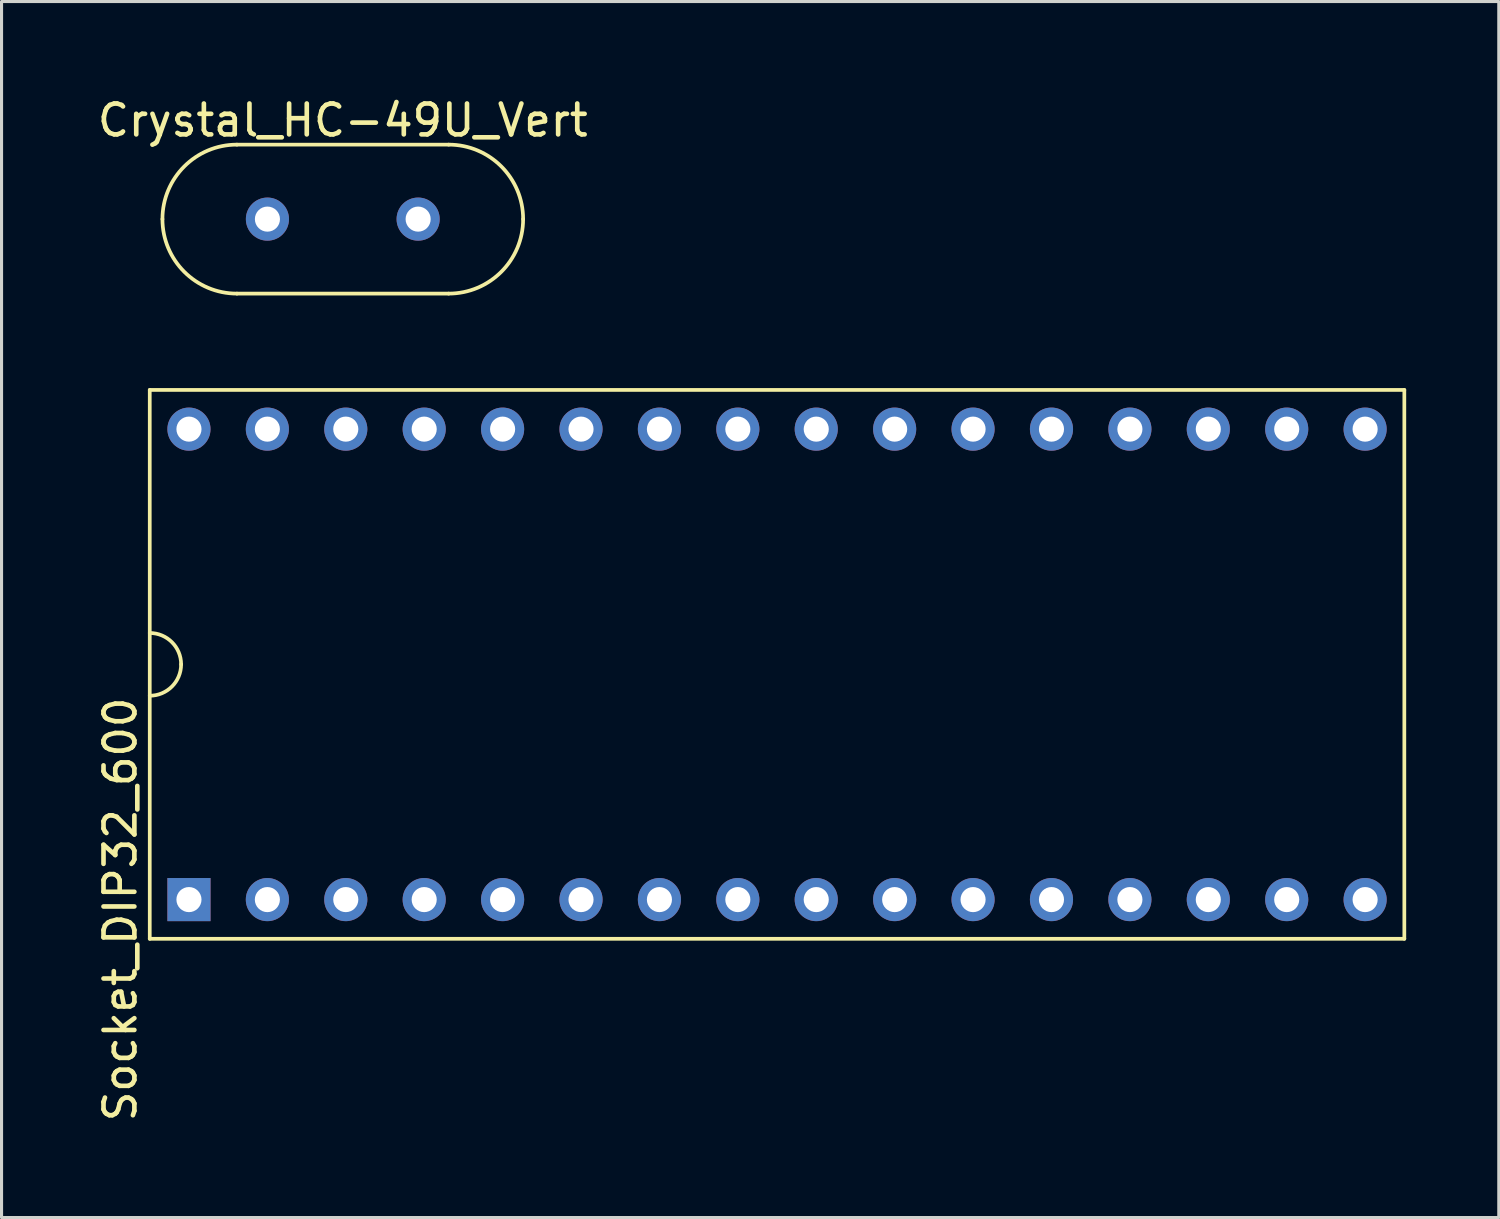
<source format=kicad_pcb>
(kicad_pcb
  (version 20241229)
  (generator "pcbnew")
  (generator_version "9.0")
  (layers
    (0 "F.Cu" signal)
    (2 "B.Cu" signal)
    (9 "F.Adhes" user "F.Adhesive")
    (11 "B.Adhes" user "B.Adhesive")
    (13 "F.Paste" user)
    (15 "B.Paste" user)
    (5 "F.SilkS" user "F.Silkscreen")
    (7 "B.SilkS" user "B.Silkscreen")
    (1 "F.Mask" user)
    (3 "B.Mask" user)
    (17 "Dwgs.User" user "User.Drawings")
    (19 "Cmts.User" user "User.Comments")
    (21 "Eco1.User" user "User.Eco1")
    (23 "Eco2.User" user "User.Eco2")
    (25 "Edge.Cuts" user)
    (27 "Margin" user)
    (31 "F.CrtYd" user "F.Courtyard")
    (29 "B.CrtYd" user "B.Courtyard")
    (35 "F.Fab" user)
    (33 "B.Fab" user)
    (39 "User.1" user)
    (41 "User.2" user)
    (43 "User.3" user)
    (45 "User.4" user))
  (footprint "Socket_DIP32_600"
    (layer "F.Cu")
    (at 22.121 18.471)
    (property "Reference" "Socket_DIP32_600" (at -21.273 7.938 270) (layer "F.SilkS") (effects (font (size 1 1) (thickness 0.15))))
    (attr through_hole)
    (fp_line (start -20.32 -8.89) (end 20.32 -8.89) (stroke (width 0.12) (type solid)) (layer "F.SilkS"))
    (fp_line (start -20.32 8.89) (end -20.32 -8.89) (stroke (width 0.12) (type solid)) (layer "F.SilkS"))
    (fp_line (start 20.32 -8.89) (end 20.32 8.89) (stroke (width 0.12) (type solid)) (layer "F.SilkS"))
    (fp_line (start 20.32 8.89) (end -20.32 8.89) (stroke (width 0.12) (type solid)) (layer "F.SilkS"))
    (fp_arc (start -20.32 -1.016) (mid -19.60158 -0.71842) (end -19.304 0) (stroke (width 0.12) (type solid)) (layer "F.SilkS"))
    (fp_arc (start -19.304 0) (mid -19.60158 0.71842) (end -20.32 1.016) (stroke (width 0.12) (type solid)) (layer "F.SilkS"))
    (pad "1" thru_hole rect (at -19.05 7.62) (size 1.397 1.397) (drill 0.813) (layers "*.Cu" "*.Mask"))
    (pad "2" thru_hole circle (at -16.51 7.62) (size 1.397 1.397) (drill 0.813) (layers "*.Cu" "*.Mask"))
    (pad "3" thru_hole circle (at -13.97 7.62) (size 1.397 1.397) (drill 0.813) (layers "*.Cu" "*.Mask"))
    (pad "4" thru_hole circle (at -11.43 7.62) (size 1.397 1.397) (drill 0.813) (layers "*.Cu" "*.Mask"))
    (pad "5" thru_hole circle (at -8.89 7.62) (size 1.397 1.397) (drill 0.813) (layers "*.Cu" "*.Mask"))
    (pad "6" thru_hole circle (at -6.35 7.62) (size 1.397 1.397) (drill 0.813) (layers "*.Cu" "*.Mask"))
    (pad "7" thru_hole circle (at -3.81 7.62) (size 1.397 1.397) (drill 0.813) (layers "*.Cu" "*.Mask"))
    (pad "8" thru_hole circle (at -1.27 7.62) (size 1.397 1.397) (drill 0.813) (layers "*.Cu" "*.Mask"))
    (pad "9" thru_hole circle (at 1.27 7.62) (size 1.397 1.397) (drill 0.813) (layers "*.Cu" "*.Mask"))
    (pad "10" thru_hole circle (at 3.81 7.62) (size 1.397 1.397) (drill 0.813) (layers "*.Cu" "*.Mask"))
    (pad "11" thru_hole circle (at 6.35 7.62) (size 1.397 1.397) (drill 0.813) (layers "*.Cu" "*.Mask"))
    (pad "12" thru_hole circle (at 8.89 7.62) (size 1.397 1.397) (drill 0.813) (layers "*.Cu" "*.Mask"))
    (pad "13" thru_hole circle (at 11.43 7.62) (size 1.397 1.397) (drill 0.813) (layers "*.Cu" "*.Mask"))
    (pad "14" thru_hole circle (at 13.97 7.62) (size 1.397 1.397) (drill 0.813) (layers "*.Cu" "*.Mask"))
    (pad "15" thru_hole circle (at 16.51 7.62) (size 1.397 1.397) (drill 0.813) (layers "*.Cu" "*.Mask"))
    (pad "16" thru_hole circle (at 19.05 7.62) (size 1.397 1.397) (drill 0.813) (layers "*.Cu" "*.Mask"))
    (pad "17" thru_hole circle (at 19.05 -7.62) (size 1.397 1.397) (drill 0.813) (layers "*.Cu" "*.Mask"))
    (pad "18" thru_hole circle (at 16.51 -7.62) (size 1.397 1.397) (drill 0.813) (layers "*.Cu" "*.Mask"))
    (pad "19" thru_hole circle (at 13.97 -7.62) (size 1.397 1.397) (drill 0.813) (layers "*.Cu" "*.Mask"))
    (pad "20" thru_hole circle (at 11.43 -7.62) (size 1.397 1.397) (drill 0.813) (layers "*.Cu" "*.Mask"))
    (pad "21" thru_hole circle (at 8.89 -7.62) (size 1.397 1.397) (drill 0.813) (layers "*.Cu" "*.Mask"))
    (pad "22" thru_hole circle (at 6.35 -7.62) (size 1.397 1.397) (drill 0.813) (layers "*.Cu" "*.Mask"))
    (pad "23" thru_hole circle (at 3.81 -7.62) (size 1.397 1.397) (drill 0.813) (layers "*.Cu" "*.Mask"))
    (pad "24" thru_hole circle (at 1.27 -7.62) (size 1.397 1.397) (drill 0.813) (layers "*.Cu" "*.Mask"))
    (pad "25" thru_hole circle (at -1.27 -7.62) (size 1.397 1.397) (drill 0.813) (layers "*.Cu" "*.Mask"))
    (pad "26" thru_hole circle (at -3.81 -7.62) (size 1.397 1.397) (drill 0.813) (layers "*.Cu" "*.Mask"))
    (pad "27" thru_hole circle (at -6.35 -7.62) (size 1.397 1.397) (drill 0.813) (layers "*.Cu" "*.Mask"))
    (pad "28" thru_hole circle (at -8.89 -7.62) (size 1.397 1.397) (drill 0.813) (layers "*.Cu" "*.Mask"))
    (pad "29" thru_hole circle (at -11.43 -7.62) (size 1.397 1.397) (drill 0.813) (layers "*.Cu" "*.Mask"))
    (pad "30" thru_hole circle (at -13.97 -7.62) (size 1.397 1.397) (drill 0.813) (layers "*.Cu" "*.Mask"))
    (pad "31" thru_hole circle (at -16.51 -7.62) (size 1.397 1.397) (drill 0.813) (layers "*.Cu" "*.Mask"))
    (pad "32" thru_hole circle (at -19.05 -7.62) (size 1.397 1.397) (drill 0.813) (layers "*.Cu" "*.Mask")))
  (footprint "Crystal_HC-49U_Vert"
    (layer "F.Cu")
    (at 8.054 4.048)
    (property "Reference" "Crystal_HC-49U_Vert" (at 0 -3.2 0) (layer "F.SilkS") (effects (font (size 1 1) (thickness 0.15))))
    (attr through_hole)
    (fp_line (start -3.429 2.413) (end 3.429 2.413) (stroke (width 0.12) (type solid)) (layer "F.SilkS"))
    (fp_line (start 3.429 -2.413) (end -3.429 -2.413) (stroke (width 0.12) (type solid)) (layer "F.SilkS"))
    (fp_arc (start -5.842 0) (mid -5.135249 -1.706249) (end -3.429 -2.413) (stroke (width 0.12) (type solid)) (layer "F.SilkS"))
    (fp_arc (start -3.429 2.413) (mid -5.135249 1.706249) (end -5.842 0) (stroke (width 0.12) (type solid)) (layer "F.SilkS"))
    (fp_arc (start 3.429 -2.413) (mid 5.135249 -1.706249) (end 5.842 0) (stroke (width 0.12) (type solid)) (layer "F.SilkS"))
    (fp_arc (start 5.842 0) (mid 5.135249 1.706249) (end 3.429 2.413) (stroke (width 0.12) (type solid)) (layer "F.SilkS"))
    (pad "1" thru_hole circle (at -2.441 0) (size 1.397 1.397) (drill 0.813) (layers "*.Cu" "*.Mask"))
    (pad "2" thru_hole circle (at 2.441 0) (size 1.397 1.397) (drill 0.813) (layers "*.Cu" "*.Mask")))
  (gr_rect
    (start -3 -3)
    (end 45.501 36.391)
    (stroke (width 0.1) (type default))
    (fill no)
    (layer "Edge.Cuts")))
</source>
